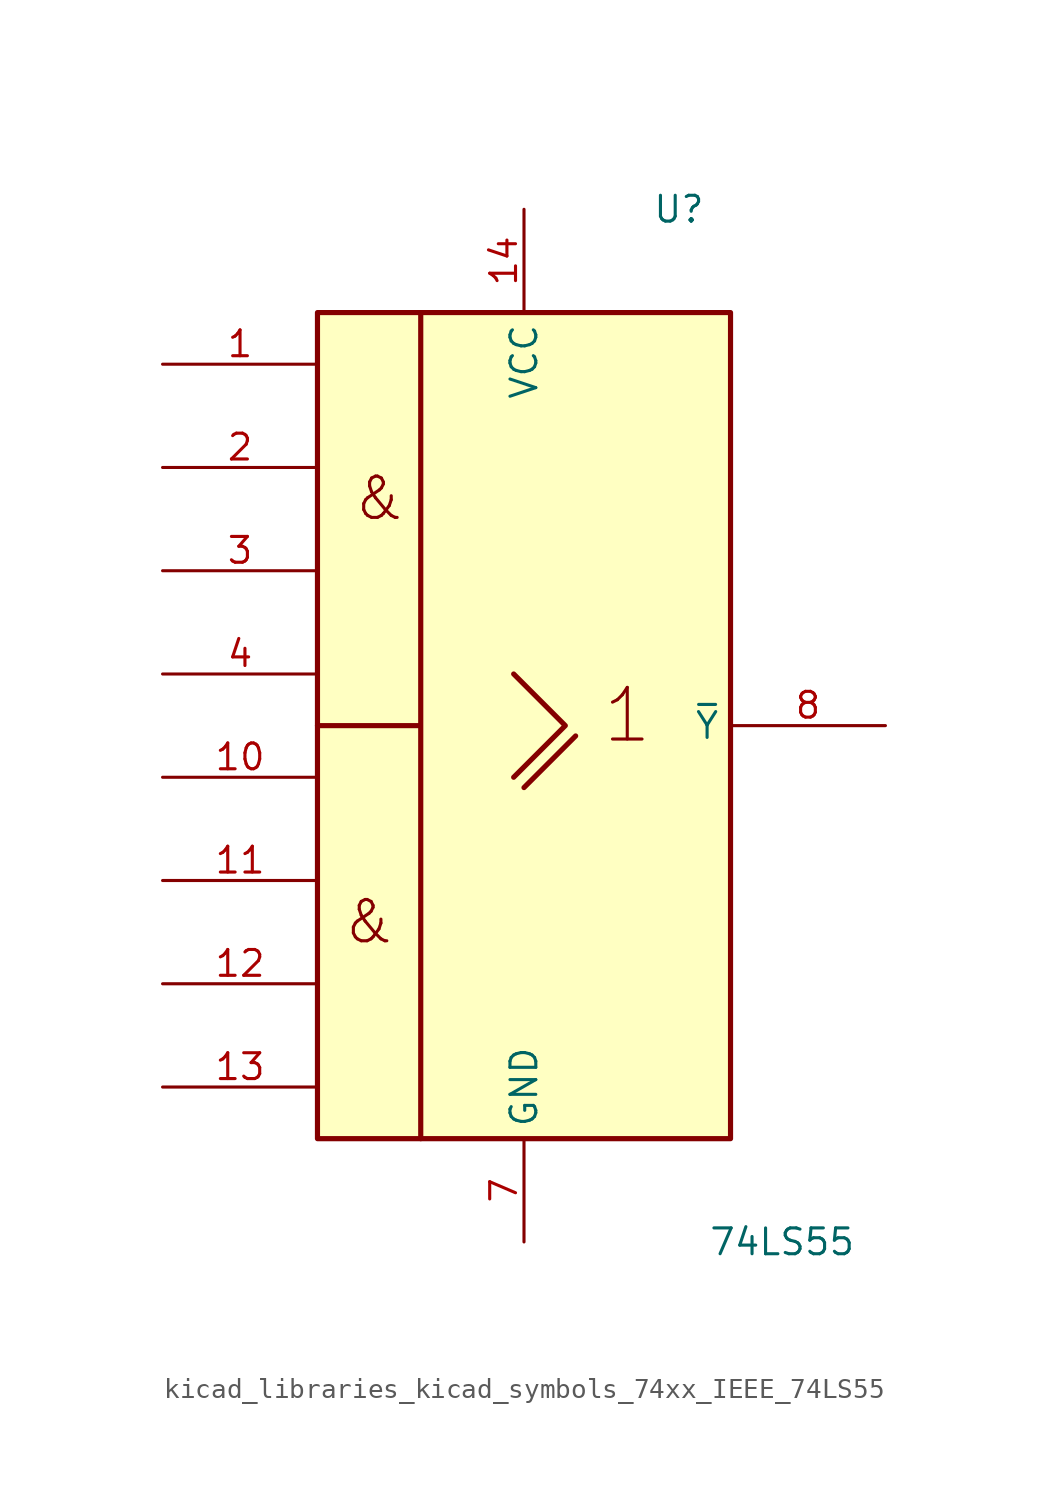
<source format=kicad_sym>
(kicad_symbol_lib
  (version 20220914)
  (generator kicad_symbol_editor)
  (symbol "kicad_libraries_kicad_symbols_74xx_IEEE_74LS55"
    (property "Reference" "U"
      (at 7.62 25.4 0)
      (effects (font (size 1.27 1.27))))
    (property "Value" "74LS55"
      (at 12.7 -25.4 0)
      (effects (font (size 1.27 1.27))))
    (symbol "kicad_libraries_kicad_symbols_74xx_IEEE_74LS55_0_0"
      (polyline (pts (xy 0 -3.048) (xy 2.54 -0.508)) (stroke (width 0.254) (type default)) (fill (type background)))
      (polyline (pts (xy -0.508 2.54) (xy 2.032 0) (xy -0.508 -2.54) (xy -0.508 -2.54)) (stroke (width 0.254) (type default)) (fill (type background)))
      (text "&" (at -7.62 -9.652 0) (effects (font (size 2.032 2.032))))
      (text "&" (at -7.112 11.176 0) (effects (font (size 2.032 2.032))))
      (text "1" (at 5.08 0.508 0) (effects (font (size 2.54 2.54)))))
    (symbol "kicad_libraries_kicad_symbols_74xx_IEEE_74LS55_0_1"
      (rectangle (start -10.16 20.32) (end 10.16 -20.32) (stroke (width 0.254) (type default)) (fill (type background)))
      (polyline (pts (xy -5.08 20.32) (xy -5.08 0) (xy -10.16 0) (xy -5.08 0) (xy -5.08 -20.32) (xy -5.08 -20.32)) (stroke (width 0.254) (type default)) (fill (type background)))
      (pin power_in line (at 0 25.4 270) (length 5.08) (name "VCC" (effects (font (size 1.27 1.27)))) (number "14" (effects (font (size 1.27 1.27)))))
      (pin power_in line (at 0 -25.4 90) (length 5.08) (name "GND" (effects (font (size 1.27 1.27)))) (number "7" (effects (font (size 1.27 1.27))))))
    (symbol "kicad_libraries_kicad_symbols_74xx_IEEE_74LS55_1_1"
      (pin input line (at -17.78 17.78 0) (length 7.62) (name "~" (effects (font (size 1.27 1.27)))) (number "1" (effects (font (size 1.27 1.27)))))
      (pin input line (at -17.78 -2.54 0) (length 7.62) (name "~" (effects (font (size 1.27 1.27)))) (number "10" (effects (font (size 1.27 1.27)))))
      (pin input line (at -17.78 -7.62 0) (length 7.62) (name "~" (effects (font (size 1.27 1.27)))) (number "11" (effects (font (size 1.27 1.27)))))
      (pin input line (at -17.78 -12.7 0) (length 7.62) (name "~" (effects (font (size 1.27 1.27)))) (number "12" (effects (font (size 1.27 1.27)))))
      (pin input line (at -17.78 -17.78 0) (length 7.62) (name "~" (effects (font (size 1.27 1.27)))) (number "13" (effects (font (size 1.27 1.27)))))
      (pin input line (at -17.78 12.7 0) (length 7.62) (name "~" (effects (font (size 1.27 1.27)))) (number "2" (effects (font (size 1.27 1.27)))))
      (pin input line (at -17.78 7.62 0) (length 7.62) (name "~" (effects (font (size 1.27 1.27)))) (number "3" (effects (font (size 1.27 1.27)))))
      (pin input line (at -17.78 2.54 0) (length 7.62) (name "~" (effects (font (size 1.27 1.27)))) (number "4" (effects (font (size 1.27 1.27)))))
      (pin output line (at 17.78 0 180) (length 7.62) (name "~{Y}" (effects (font (size 1.27 1.27)))) (number "8" (effects (font (size 1.27 1.27))))))))
</source>
